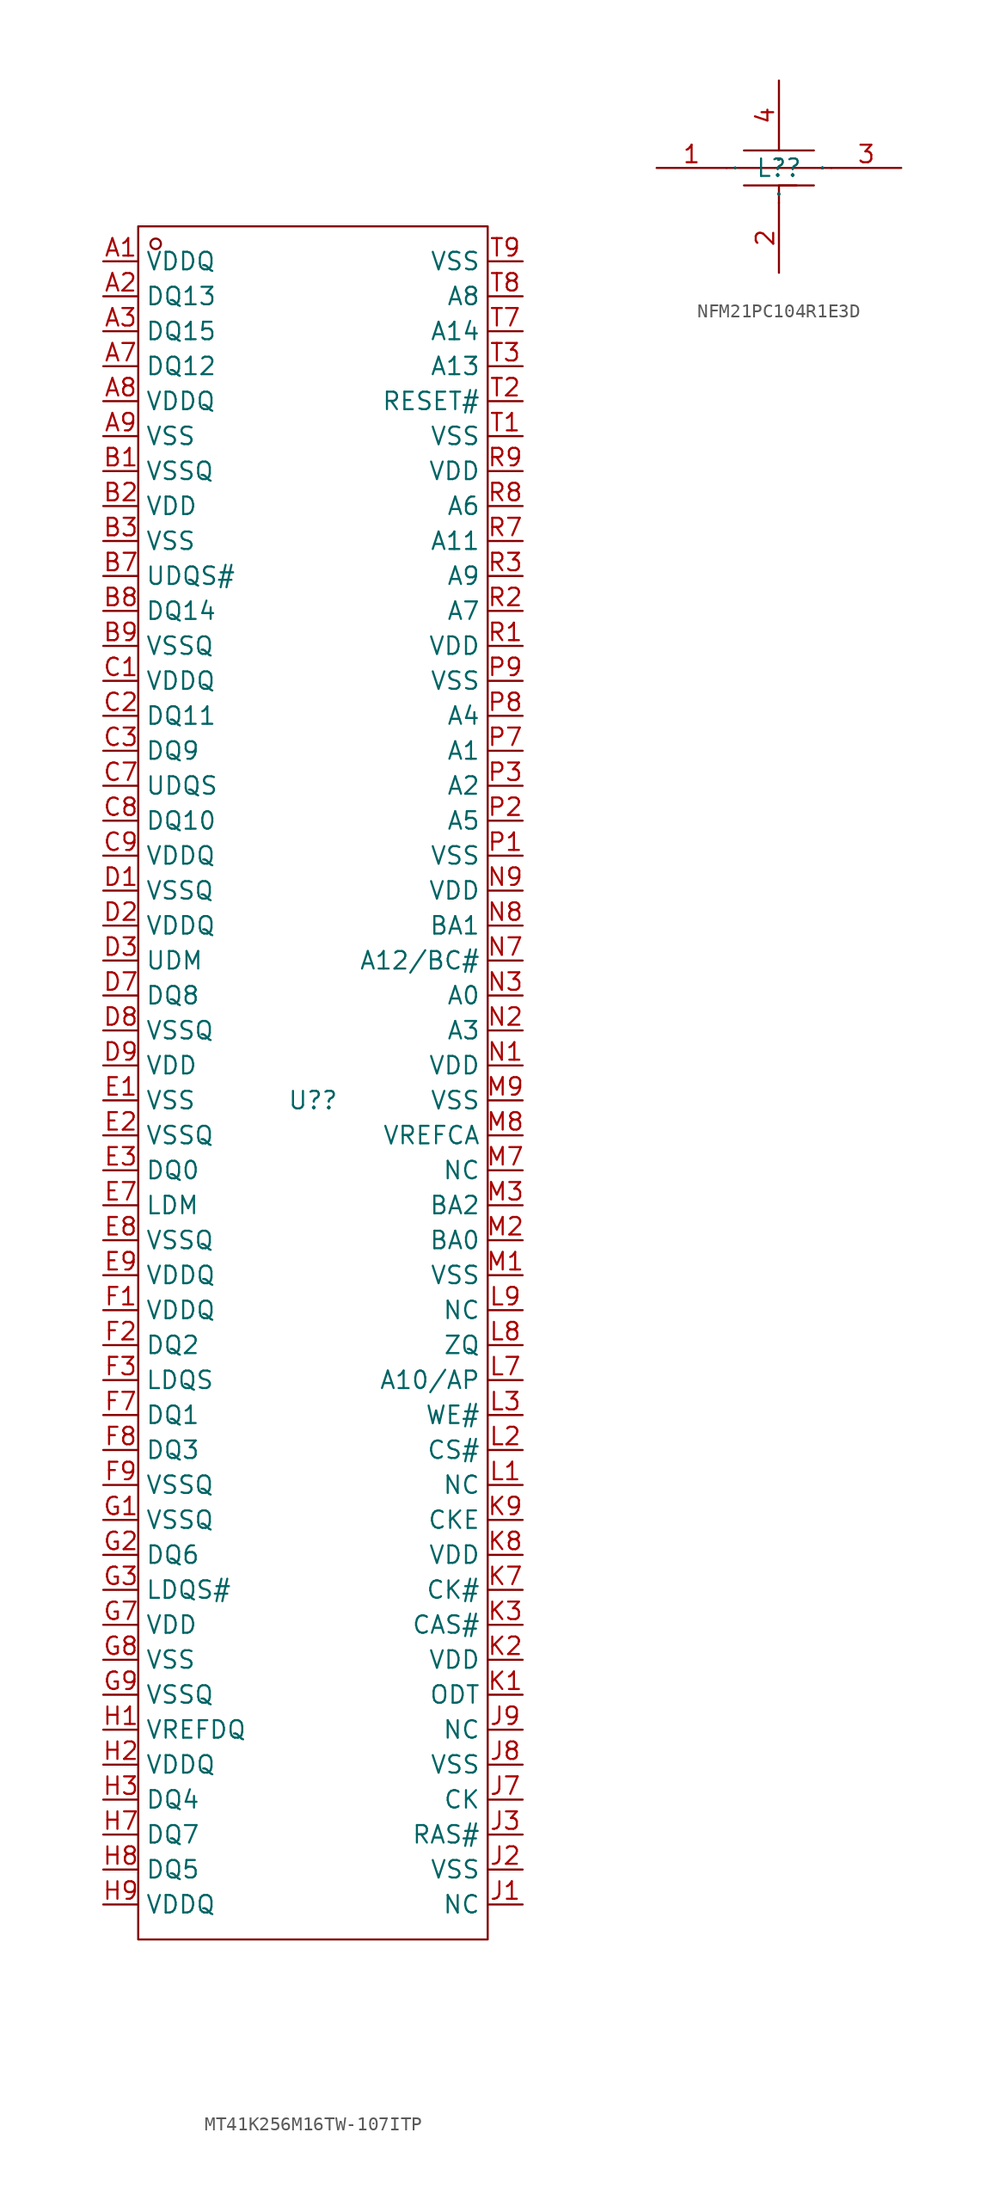
<source format=kicad_sym>
(kicad_symbol_lib
  (version 20231120)
  (generator "kicad_symbol_editor")
  (generator_version "8.0")
  (symbol "MT41K256M16TW-107ITP"
    (property "Reference" "U?"
      (at 0 0 0)
      (effects (font (size 1.27 1.27))))
    (property "Value" ""
      (at 0 0 0)
      (effects (font (size 1.27 1.27))))
    (symbol "MT41K256M16TW-107ITP_1_0"
      (rectangle (start -12.7 -60.96) (end 12.7 63.5) (stroke (width 0) (type default)) (fill (type none)))
      (circle (center -11.43 62.23) (radius 0.381) (stroke (width 0) (type default)) (fill (type none)))
      (pin input line (at -15.24 60.96 0) (length 2.54) (name "VDDQ" (effects (font (size 1.27 1.27)))) (number "A1" (effects (font (size 1.27 1.27)))))
      (pin input line (at -15.24 58.42 0) (length 2.54) (name "DQ13" (effects (font (size 1.27 1.27)))) (number "A2" (effects (font (size 1.27 1.27)))))
      (pin input line (at -15.24 55.88 0) (length 2.54) (name "DQ15" (effects (font (size 1.27 1.27)))) (number "A3" (effects (font (size 1.27 1.27)))))
      (pin input line (at -15.24 53.34 0) (length 2.54) (name "DQ12" (effects (font (size 1.27 1.27)))) (number "A7" (effects (font (size 1.27 1.27)))))
      (pin input line (at -15.24 50.8 0) (length 2.54) (name "VDDQ" (effects (font (size 1.27 1.27)))) (number "A8" (effects (font (size 1.27 1.27)))))
      (pin input line (at -15.24 48.26 0) (length 2.54) (name "VSS" (effects (font (size 1.27 1.27)))) (number "A9" (effects (font (size 1.27 1.27)))))
      (pin input line (at -15.24 45.72 0) (length 2.54) (name "VSSQ" (effects (font (size 1.27 1.27)))) (number "B1" (effects (font (size 1.27 1.27)))))
      (pin input line (at -15.24 43.18 0) (length 2.54) (name "VDD" (effects (font (size 1.27 1.27)))) (number "B2" (effects (font (size 1.27 1.27)))))
      (pin input line (at -15.24 40.64 0) (length 2.54) (name "VSS" (effects (font (size 1.27 1.27)))) (number "B3" (effects (font (size 1.27 1.27)))))
      (pin input line (at -15.24 38.1 0) (length 2.54) (name "UDQS#" (effects (font (size 1.27 1.27)))) (number "B7" (effects (font (size 1.27 1.27)))))
      (pin input line (at -15.24 35.56 0) (length 2.54) (name "DQ14" (effects (font (size 1.27 1.27)))) (number "B8" (effects (font (size 1.27 1.27)))))
      (pin input line (at -15.24 33.02 0) (length 2.54) (name "VSSQ" (effects (font (size 1.27 1.27)))) (number "B9" (effects (font (size 1.27 1.27)))))
      (pin input line (at -15.24 30.48 0) (length 2.54) (name "VDDQ" (effects (font (size 1.27 1.27)))) (number "C1" (effects (font (size 1.27 1.27)))))
      (pin input line (at -15.24 27.94 0) (length 2.54) (name "DQ11" (effects (font (size 1.27 1.27)))) (number "C2" (effects (font (size 1.27 1.27)))))
      (pin input line (at -15.24 25.4 0) (length 2.54) (name "DQ9" (effects (font (size 1.27 1.27)))) (number "C3" (effects (font (size 1.27 1.27)))))
      (pin input line (at -15.24 22.86 0) (length 2.54) (name "UDQS" (effects (font (size 1.27 1.27)))) (number "C7" (effects (font (size 1.27 1.27)))))
      (pin input line (at -15.24 20.32 0) (length 2.54) (name "DQ10" (effects (font (size 1.27 1.27)))) (number "C8" (effects (font (size 1.27 1.27)))))
      (pin input line (at -15.24 17.78 0) (length 2.54) (name "VDDQ" (effects (font (size 1.27 1.27)))) (number "C9" (effects (font (size 1.27 1.27)))))
      (pin input line (at -15.24 15.24 0) (length 2.54) (name "VSSQ" (effects (font (size 1.27 1.27)))) (number "D1" (effects (font (size 1.27 1.27)))))
      (pin input line (at -15.24 12.7 0) (length 2.54) (name "VDDQ" (effects (font (size 1.27 1.27)))) (number "D2" (effects (font (size 1.27 1.27)))))
      (pin input line (at -15.24 10.16 0) (length 2.54) (name "UDM" (effects (font (size 1.27 1.27)))) (number "D3" (effects (font (size 1.27 1.27)))))
      (pin input line (at -15.24 7.62 0) (length 2.54) (name "DQ8" (effects (font (size 1.27 1.27)))) (number "D7" (effects (font (size 1.27 1.27)))))
      (pin input line (at -15.24 5.08 0) (length 2.54) (name "VSSQ" (effects (font (size 1.27 1.27)))) (number "D8" (effects (font (size 1.27 1.27)))))
      (pin input line (at -15.24 2.54 0) (length 2.54) (name "VDD" (effects (font (size 1.27 1.27)))) (number "D9" (effects (font (size 1.27 1.27)))))
      (pin input line (at -15.24 0 0) (length 2.54) (name "VSS" (effects (font (size 1.27 1.27)))) (number "E1" (effects (font (size 1.27 1.27)))))
      (pin input line (at -15.24 -2.54 0) (length 2.54) (name "VSSQ" (effects (font (size 1.27 1.27)))) (number "E2" (effects (font (size 1.27 1.27)))))
      (pin input line (at -15.24 -5.08 0) (length 2.54) (name "DQ0" (effects (font (size 1.27 1.27)))) (number "E3" (effects (font (size 1.27 1.27)))))
      (pin input line (at -15.24 -7.62 0) (length 2.54) (name "LDM" (effects (font (size 1.27 1.27)))) (number "E7" (effects (font (size 1.27 1.27)))))
      (pin input line (at -15.24 -10.16 0) (length 2.54) (name "VSSQ" (effects (font (size 1.27 1.27)))) (number "E8" (effects (font (size 1.27 1.27)))))
      (pin input line (at -15.24 -12.7 0) (length 2.54) (name "VDDQ" (effects (font (size 1.27 1.27)))) (number "E9" (effects (font (size 1.27 1.27)))))
      (pin input line (at -15.24 -15.24 0) (length 2.54) (name "VDDQ" (effects (font (size 1.27 1.27)))) (number "F1" (effects (font (size 1.27 1.27)))))
      (pin input line (at -15.24 -17.78 0) (length 2.54) (name "DQ2" (effects (font (size 1.27 1.27)))) (number "F2" (effects (font (size 1.27 1.27)))))
      (pin input line (at -15.24 -20.32 0) (length 2.54) (name "LDQS" (effects (font (size 1.27 1.27)))) (number "F3" (effects (font (size 1.27 1.27)))))
      (pin input line (at -15.24 -22.86 0) (length 2.54) (name "DQ1" (effects (font (size 1.27 1.27)))) (number "F7" (effects (font (size 1.27 1.27)))))
      (pin input line (at -15.24 -25.4 0) (length 2.54) (name "DQ3" (effects (font (size 1.27 1.27)))) (number "F8" (effects (font (size 1.27 1.27)))))
      (pin input line (at -15.24 -27.94 0) (length 2.54) (name "VSSQ" (effects (font (size 1.27 1.27)))) (number "F9" (effects (font (size 1.27 1.27)))))
      (pin input line (at -15.24 -30.48 0) (length 2.54) (name "VSSQ" (effects (font (size 1.27 1.27)))) (number "G1" (effects (font (size 1.27 1.27)))))
      (pin input line (at -15.24 -33.02 0) (length 2.54) (name "DQ6" (effects (font (size 1.27 1.27)))) (number "G2" (effects (font (size 1.27 1.27)))))
      (pin input line (at -15.24 -35.56 0) (length 2.54) (name "LDQS#" (effects (font (size 1.27 1.27)))) (number "G3" (effects (font (size 1.27 1.27)))))
      (pin input line (at -15.24 -38.1 0) (length 2.54) (name "VDD" (effects (font (size 1.27 1.27)))) (number "G7" (effects (font (size 1.27 1.27)))))
      (pin input line (at -15.24 -40.64 0) (length 2.54) (name "VSS" (effects (font (size 1.27 1.27)))) (number "G8" (effects (font (size 1.27 1.27)))))
      (pin input line (at -15.24 -43.18 0) (length 2.54) (name "VSSQ" (effects (font (size 1.27 1.27)))) (number "G9" (effects (font (size 1.27 1.27)))))
      (pin input line (at -15.24 -45.72 0) (length 2.54) (name "VREFDQ" (effects (font (size 1.27 1.27)))) (number "H1" (effects (font (size 1.27 1.27)))))
      (pin input line (at -15.24 -48.26 0) (length 2.54) (name "VDDQ" (effects (font (size 1.27 1.27)))) (number "H2" (effects (font (size 1.27 1.27)))))
      (pin input line (at -15.24 -50.8 0) (length 2.54) (name "DQ4" (effects (font (size 1.27 1.27)))) (number "H3" (effects (font (size 1.27 1.27)))))
      (pin input line (at -15.24 -53.34 0) (length 2.54) (name "DQ7" (effects (font (size 1.27 1.27)))) (number "H7" (effects (font (size 1.27 1.27)))))
      (pin input line (at -15.24 -55.88 0) (length 2.54) (name "DQ5" (effects (font (size 1.27 1.27)))) (number "H8" (effects (font (size 1.27 1.27)))))
      (pin input line (at -15.24 -58.42 0) (length 2.54) (name "VDDQ" (effects (font (size 1.27 1.27)))) (number "H9" (effects (font (size 1.27 1.27)))))
      (pin input line (at 15.24 -58.42 180) (length 2.54) (name "NC" (effects (font (size 1.27 1.27)))) (number "J1" (effects (font (size 1.27 1.27)))))
      (pin input line (at 15.24 -55.88 180) (length 2.54) (name "VSS" (effects (font (size 1.27 1.27)))) (number "J2" (effects (font (size 1.27 1.27)))))
      (pin input line (at 15.24 -53.34 180) (length 2.54) (name "RAS#" (effects (font (size 1.27 1.27)))) (number "J3" (effects (font (size 1.27 1.27)))))
      (pin input line (at 15.24 -50.8 180) (length 2.54) (name "CK" (effects (font (size 1.27 1.27)))) (number "J7" (effects (font (size 1.27 1.27)))))
      (pin input line (at 15.24 -48.26 180) (length 2.54) (name "VSS" (effects (font (size 1.27 1.27)))) (number "J8" (effects (font (size 1.27 1.27)))))
      (pin input line (at 15.24 -45.72 180) (length 2.54) (name "NC" (effects (font (size 1.27 1.27)))) (number "J9" (effects (font (size 1.27 1.27)))))
      (pin input line (at 15.24 -43.18 180) (length 2.54) (name "ODT" (effects (font (size 1.27 1.27)))) (number "K1" (effects (font (size 1.27 1.27)))))
      (pin input line (at 15.24 -40.64 180) (length 2.54) (name "VDD" (effects (font (size 1.27 1.27)))) (number "K2" (effects (font (size 1.27 1.27)))))
      (pin input line (at 15.24 -38.1 180) (length 2.54) (name "CAS#" (effects (font (size 1.27 1.27)))) (number "K3" (effects (font (size 1.27 1.27)))))
      (pin input line (at 15.24 -35.56 180) (length 2.54) (name "CK#" (effects (font (size 1.27 1.27)))) (number "K7" (effects (font (size 1.27 1.27)))))
      (pin input line (at 15.24 -33.02 180) (length 2.54) (name "VDD" (effects (font (size 1.27 1.27)))) (number "K8" (effects (font (size 1.27 1.27)))))
      (pin input line (at 15.24 -30.48 180) (length 2.54) (name "CKE" (effects (font (size 1.27 1.27)))) (number "K9" (effects (font (size 1.27 1.27)))))
      (pin input line (at 15.24 -27.94 180) (length 2.54) (name "NC" (effects (font (size 1.27 1.27)))) (number "L1" (effects (font (size 1.27 1.27)))))
      (pin input line (at 15.24 -25.4 180) (length 2.54) (name "CS#" (effects (font (size 1.27 1.27)))) (number "L2" (effects (font (size 1.27 1.27)))))
      (pin input line (at 15.24 -22.86 180) (length 2.54) (name "WE#" (effects (font (size 1.27 1.27)))) (number "L3" (effects (font (size 1.27 1.27)))))
      (pin input line (at 15.24 -20.32 180) (length 2.54) (name "A10/AP" (effects (font (size 1.27 1.27)))) (number "L7" (effects (font (size 1.27 1.27)))))
      (pin input line (at 15.24 -17.78 180) (length 2.54) (name "ZQ" (effects (font (size 1.27 1.27)))) (number "L8" (effects (font (size 1.27 1.27)))))
      (pin input line (at 15.24 -15.24 180) (length 2.54) (name "NC" (effects (font (size 1.27 1.27)))) (number "L9" (effects (font (size 1.27 1.27)))))
      (pin input line (at 15.24 -12.7 180) (length 2.54) (name "VSS" (effects (font (size 1.27 1.27)))) (number "M1" (effects (font (size 1.27 1.27)))))
      (pin input line (at 15.24 -10.16 180) (length 2.54) (name "BA0" (effects (font (size 1.27 1.27)))) (number "M2" (effects (font (size 1.27 1.27)))))
      (pin input line (at 15.24 -7.62 180) (length 2.54) (name "BA2" (effects (font (size 1.27 1.27)))) (number "M3" (effects (font (size 1.27 1.27)))))
      (pin input line (at 15.24 -5.08 180) (length 2.54) (name "NC" (effects (font (size 1.27 1.27)))) (number "M7" (effects (font (size 1.27 1.27)))))
      (pin input line (at 15.24 -2.54 180) (length 2.54) (name "VREFCA" (effects (font (size 1.27 1.27)))) (number "M8" (effects (font (size 1.27 1.27)))))
      (pin input line (at 15.24 0 180) (length 2.54) (name "VSS" (effects (font (size 1.27 1.27)))) (number "M9" (effects (font (size 1.27 1.27)))))
      (pin input line (at 15.24 2.54 180) (length 2.54) (name "VDD" (effects (font (size 1.27 1.27)))) (number "N1" (effects (font (size 1.27 1.27)))))
      (pin input line (at 15.24 5.08 180) (length 2.54) (name "A3" (effects (font (size 1.27 1.27)))) (number "N2" (effects (font (size 1.27 1.27)))))
      (pin input line (at 15.24 7.62 180) (length 2.54) (name "A0" (effects (font (size 1.27 1.27)))) (number "N3" (effects (font (size 1.27 1.27)))))
      (pin input line (at 15.24 10.16 180) (length 2.54) (name "A12/BC#" (effects (font (size 1.27 1.27)))) (number "N7" (effects (font (size 1.27 1.27)))))
      (pin input line (at 15.24 12.7 180) (length 2.54) (name "BA1" (effects (font (size 1.27 1.27)))) (number "N8" (effects (font (size 1.27 1.27)))))
      (pin input line (at 15.24 15.24 180) (length 2.54) (name "VDD" (effects (font (size 1.27 1.27)))) (number "N9" (effects (font (size 1.27 1.27)))))
      (pin input line (at 15.24 17.78 180) (length 2.54) (name "VSS" (effects (font (size 1.27 1.27)))) (number "P1" (effects (font (size 1.27 1.27)))))
      (pin input line (at 15.24 20.32 180) (length 2.54) (name "A5" (effects (font (size 1.27 1.27)))) (number "P2" (effects (font (size 1.27 1.27)))))
      (pin input line (at 15.24 22.86 180) (length 2.54) (name "A2" (effects (font (size 1.27 1.27)))) (number "P3" (effects (font (size 1.27 1.27)))))
      (pin input line (at 15.24 25.4 180) (length 2.54) (name "A1" (effects (font (size 1.27 1.27)))) (number "P7" (effects (font (size 1.27 1.27)))))
      (pin input line (at 15.24 27.94 180) (length 2.54) (name "A4" (effects (font (size 1.27 1.27)))) (number "P8" (effects (font (size 1.27 1.27)))))
      (pin input line (at 15.24 30.48 180) (length 2.54) (name "VSS" (effects (font (size 1.27 1.27)))) (number "P9" (effects (font (size 1.27 1.27)))))
      (pin input line (at 15.24 33.02 180) (length 2.54) (name "VDD" (effects (font (size 1.27 1.27)))) (number "R1" (effects (font (size 1.27 1.27)))))
      (pin input line (at 15.24 35.56 180) (length 2.54) (name "A7" (effects (font (size 1.27 1.27)))) (number "R2" (effects (font (size 1.27 1.27)))))
      (pin input line (at 15.24 38.1 180) (length 2.54) (name "A9" (effects (font (size 1.27 1.27)))) (number "R3" (effects (font (size 1.27 1.27)))))
      (pin input line (at 15.24 40.64 180) (length 2.54) (name "A11" (effects (font (size 1.27 1.27)))) (number "R7" (effects (font (size 1.27 1.27)))))
      (pin input line (at 15.24 43.18 180) (length 2.54) (name "A6" (effects (font (size 1.27 1.27)))) (number "R8" (effects (font (size 1.27 1.27)))))
      (pin input line (at 15.24 45.72 180) (length 2.54) (name "VDD" (effects (font (size 1.27 1.27)))) (number "R9" (effects (font (size 1.27 1.27)))))
      (pin input line (at 15.24 48.26 180) (length 2.54) (name "VSS" (effects (font (size 1.27 1.27)))) (number "T1" (effects (font (size 1.27 1.27)))))
      (pin input line (at 15.24 50.8 180) (length 2.54) (name "RESET#" (effects (font (size 1.27 1.27)))) (number "T2" (effects (font (size 1.27 1.27)))))
      (pin input line (at 15.24 53.34 180) (length 2.54) (name "A13" (effects (font (size 1.27 1.27)))) (number "T3" (effects (font (size 1.27 1.27)))))
      (pin input line (at 15.24 55.88 180) (length 2.54) (name "A14" (effects (font (size 1.27 1.27)))) (number "T7" (effects (font (size 1.27 1.27)))))
      (pin input line (at 15.24 58.42 180) (length 2.54) (name "A8" (effects (font (size 1.27 1.27)))) (number "T8" (effects (font (size 1.27 1.27)))))
      (pin input line (at 15.24 60.96 180) (length 2.54) (name "VSS" (effects (font (size 1.27 1.27)))) (number "T9" (effects (font (size 1.27 1.27)))))))
  (symbol "NFM21PC104R1E3D"
    (property "Reference" "L?"
      (at 0 0 0)
      (effects (font (size 1.27 1.27))))
    (property "Value" ""
      (at 0 0 0)
      (effects (font (size 1.27 1.27))))
    (symbol "NFM21PC104R1E3D_1_0"
      (polyline (pts (xy -3.81 0) (xy 3.81 0)) (stroke (width 0) (type default)) (fill (type none)))
      (polyline (pts (xy -2.54 -1.27) (xy 2.54 -1.27)) (stroke (width 0) (type default)) (fill (type none)))
      (polyline (pts (xy -2.54 1.27) (xy 2.54 1.27)) (stroke (width 0) (type default)) (fill (type none)))
      (polyline (pts (xy 0 -2.54) (xy 0 -1.27) (xy 0 -1.27) (xy 1.27 -1.27)) (stroke (width 0) (type default)) (fill (type none)))
      (pin input line (at -8.89 0 0) (length 5.08) (name "IN" (effects (font (size 0.025 0.025)))) (number "1" (effects (font (size 1.27 1.27)))))
      (pin input line (at 0 -7.62 90) (length 5.08) (name "GND" (effects (font (size 0.025 0.025)))) (number "2" (effects (font (size 1.27 1.27)))))
      (pin input line (at 8.89 0 180) (length 5.08) (name "OUT" (effects (font (size 0.025 0.025)))) (number "3" (effects (font (size 1.27 1.27)))))
      (pin input line (at 0 6.35 270) (length 5.08) (name "GND" (effects (font (size 0.025 0.025)))) (number "4" (effects (font (size 1.27 1.27))))))))
</source>
